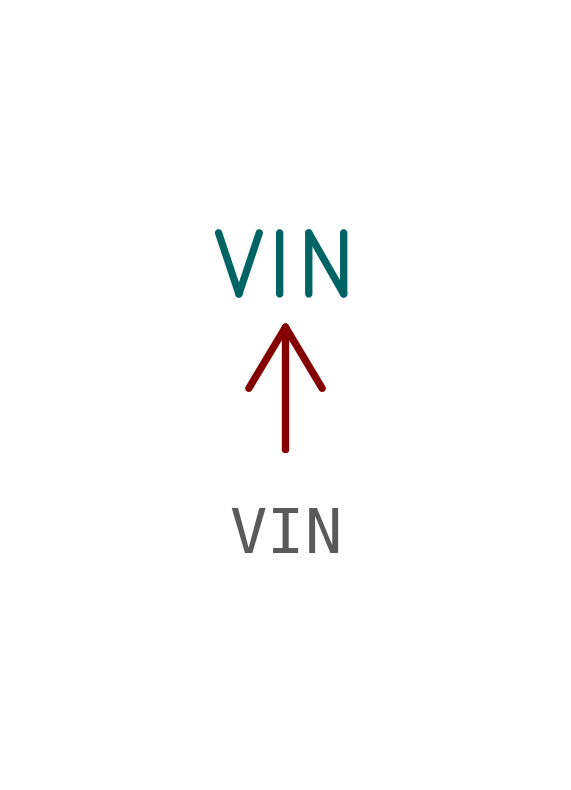
<source format=kicad_sym>
(kicad_symbol_lib
  (version 20231120)
  (generator "kicad_auto_builder")
  (generator_version "1.0")
  (symbol "VIN"
    (power)
    (pin_numbers hide)
    (pin_names
      (offset 0) hide)
    (property "Reference" "#PWR"
      (at 0 -3.81 0)
      (effects (font (size 1.27 1.27)) hide))
    (property "Value" "VIN"
      (at 0 3.81 0)
      (effects (font (size 1.27 1.27))))
    (symbol "VIN_0_1"
      (polyline (pts (xy -0.762 1.27) (xy 0 2.54)) (stroke (width 0) (type default)) (fill (type none)))
      (polyline (pts (xy 0 0) (xy 0 2.54)) (stroke (width 0) (type default)) (fill (type none)))
      (polyline (pts (xy 0 2.54) (xy 0.762 1.27)) (stroke (width 0) (type default)) (fill (type none))))
    (symbol "VIN_1_1"
      (pin power_in line (at 0 0 90) (length 0) (name "VIN" (effects (font (size 1.27 1.27)))) (number "1" (effects (font (size 1.27 1.27))))))))
</source>
